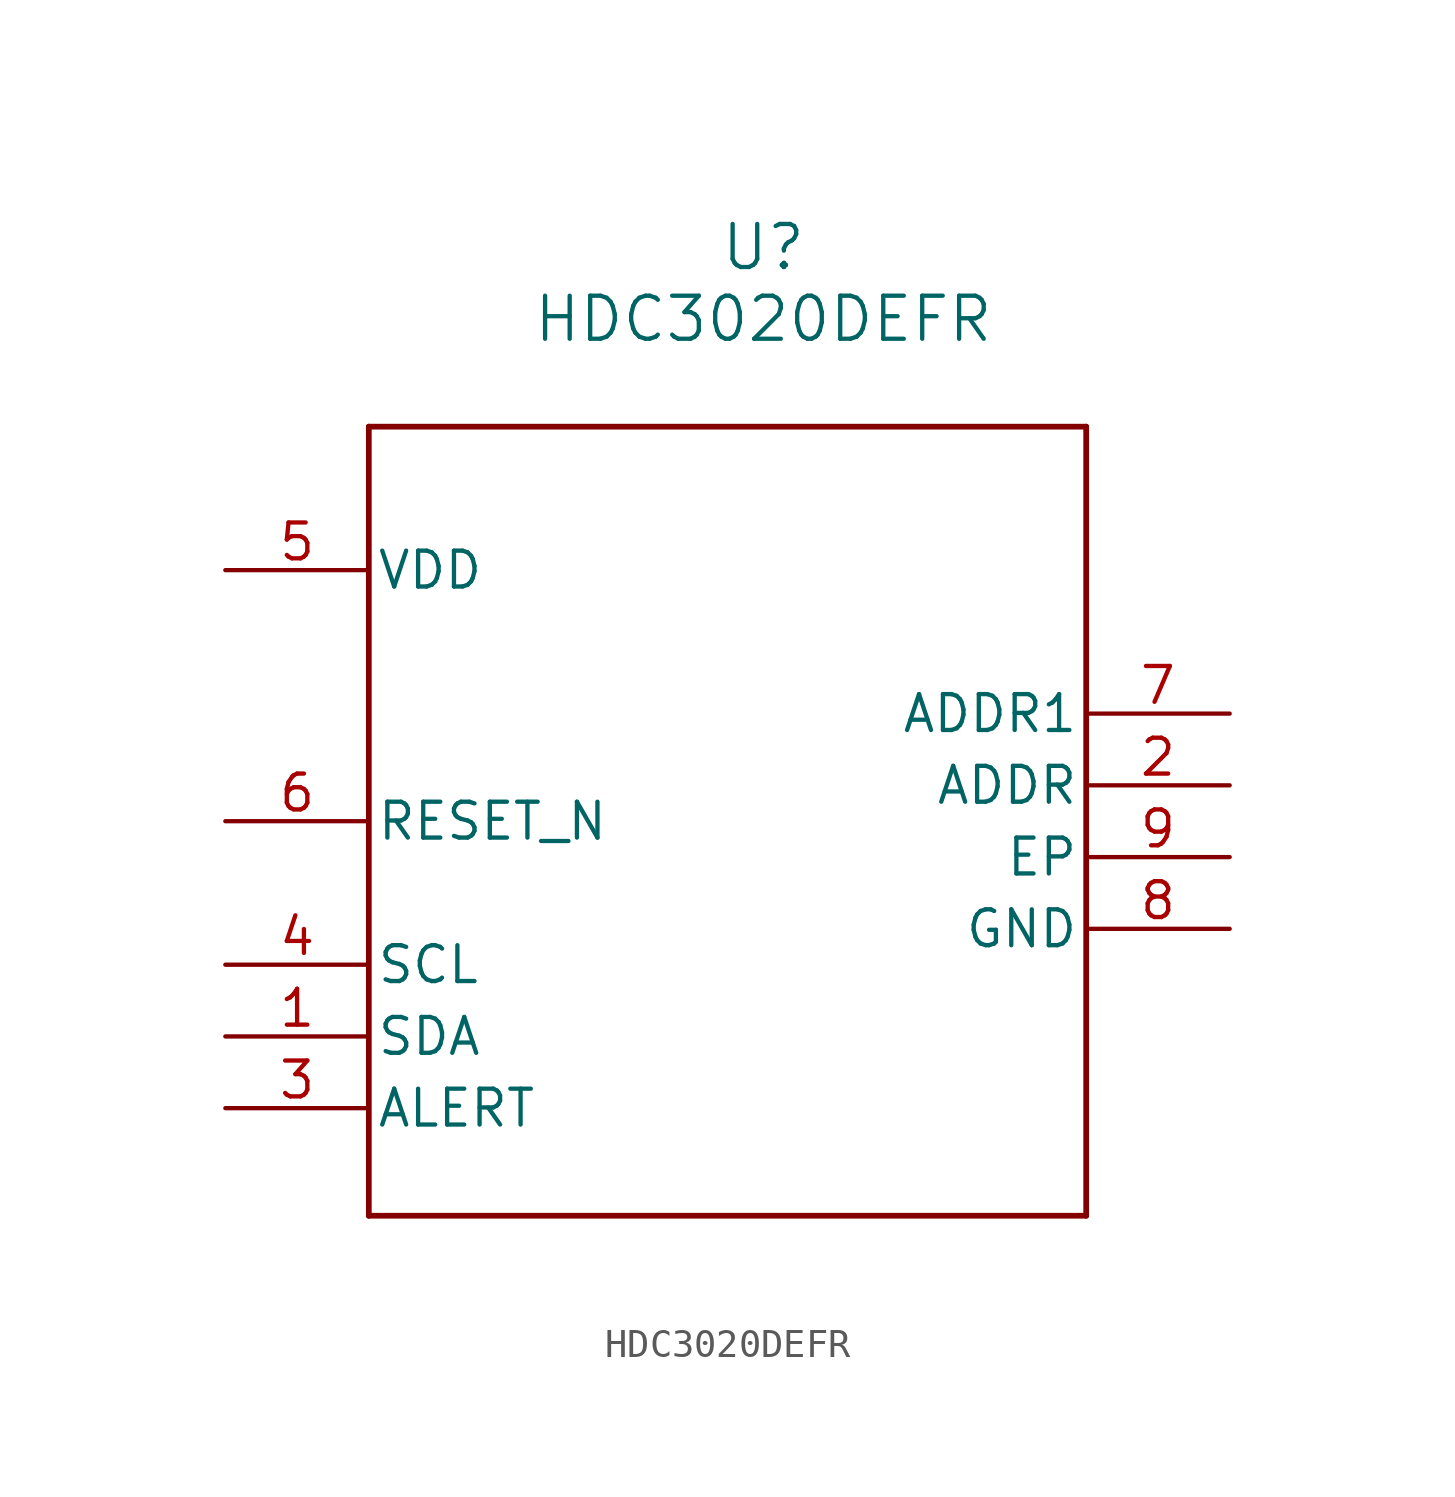
<source format=kicad_sym>
(kicad_symbol_lib
  (version 20241209)
  (generator "kicad_symbol_editor")
  (generator_version "9.0")
  (symbol "HDC3020DEFR"
    (pin_names
      (offset 0.254))
    (property "Reference" "U"
      (at 19.05 11.43 0)
      (effects (font (size 1.524 1.524))))
    (property "Value" "HDC3020DEFR"
      (at 19.05 8.89 0)
      (effects (font (size 1.524 1.524))))
    (property "ki_locked" ""
      (at 0 0 0)
      (effects (font (size 1.27 1.27))))
    (symbol "HDC3020DEFR_0_1"
      (polyline (pts (xy 5.08 5.08) (xy 5.08 -22.86)) (stroke (width 0.203) (type default)) (fill (type none)))
      (polyline (pts (xy 5.08 -22.86) (xy 30.48 -22.86)) (stroke (width 0.203) (type default)) (fill (type none)))
      (polyline (pts (xy 30.48 5.08) (xy 5.08 5.08)) (stroke (width 0.203) (type default)) (fill (type none)))
      (polyline (pts (xy 30.48 -22.86) (xy 30.48 5.08)) (stroke (width 0.203) (type default)) (fill (type none)))
      (pin power_in line (at 0 0 0) (length 5.08) (name "VDD" (effects (font (size 1.27 1.27)))) (number "5" (effects (font (size 1.27 1.27)))))
      (pin input line (at 0 -13.97 0) (length 5.08) (name "SCL" (effects (font (size 1.27 1.27)))) (number "4" (effects (font (size 1.27 1.27)))))
      (pin bidirectional line (at 0 -16.51 0) (length 5.08) (name "SDA" (effects (font (size 1.27 1.27)))) (number "1" (effects (font (size 1.27 1.27)))))
      (pin input line (at 0 -19.05 0) (length 5.08) (name "ALERT" (effects (font (size 1.27 1.27)))) (number "3" (effects (font (size 1.27 1.27))))))
    (symbol "HDC3020DEFR_1_1"
      (pin passive line (at 0 -8.89 0) (length 5.08) (name "RESET_N" (effects (font (size 1.27 1.27)))) (number "6" (effects (font (size 1.27 1.27)))))
      (pin passive line (at 35.56 -5.08 180) (length 5.08) (name "ADDR1" (effects (font (size 1.27 1.27)))) (number "7" (effects (font (size 1.27 1.27)))))
      (pin passive line (at 35.56 -7.62 180) (length 5.08) (name "ADDR" (effects (font (size 1.27 1.27)))) (number "2" (effects (font (size 1.27 1.27)))))
      (pin passive line (at 35.56 -10.16 180) (length 5.08) (name "EP" (effects (font (size 1.27 1.27)))) (number "9" (effects (font (size 1.27 1.27)))))
      (pin passive line (at 35.56 -12.7 180) (length 5.08) (name "GND" (effects (font (size 1.27 1.27)))) (number "8" (effects (font (size 1.27 1.27))))))))
</source>
